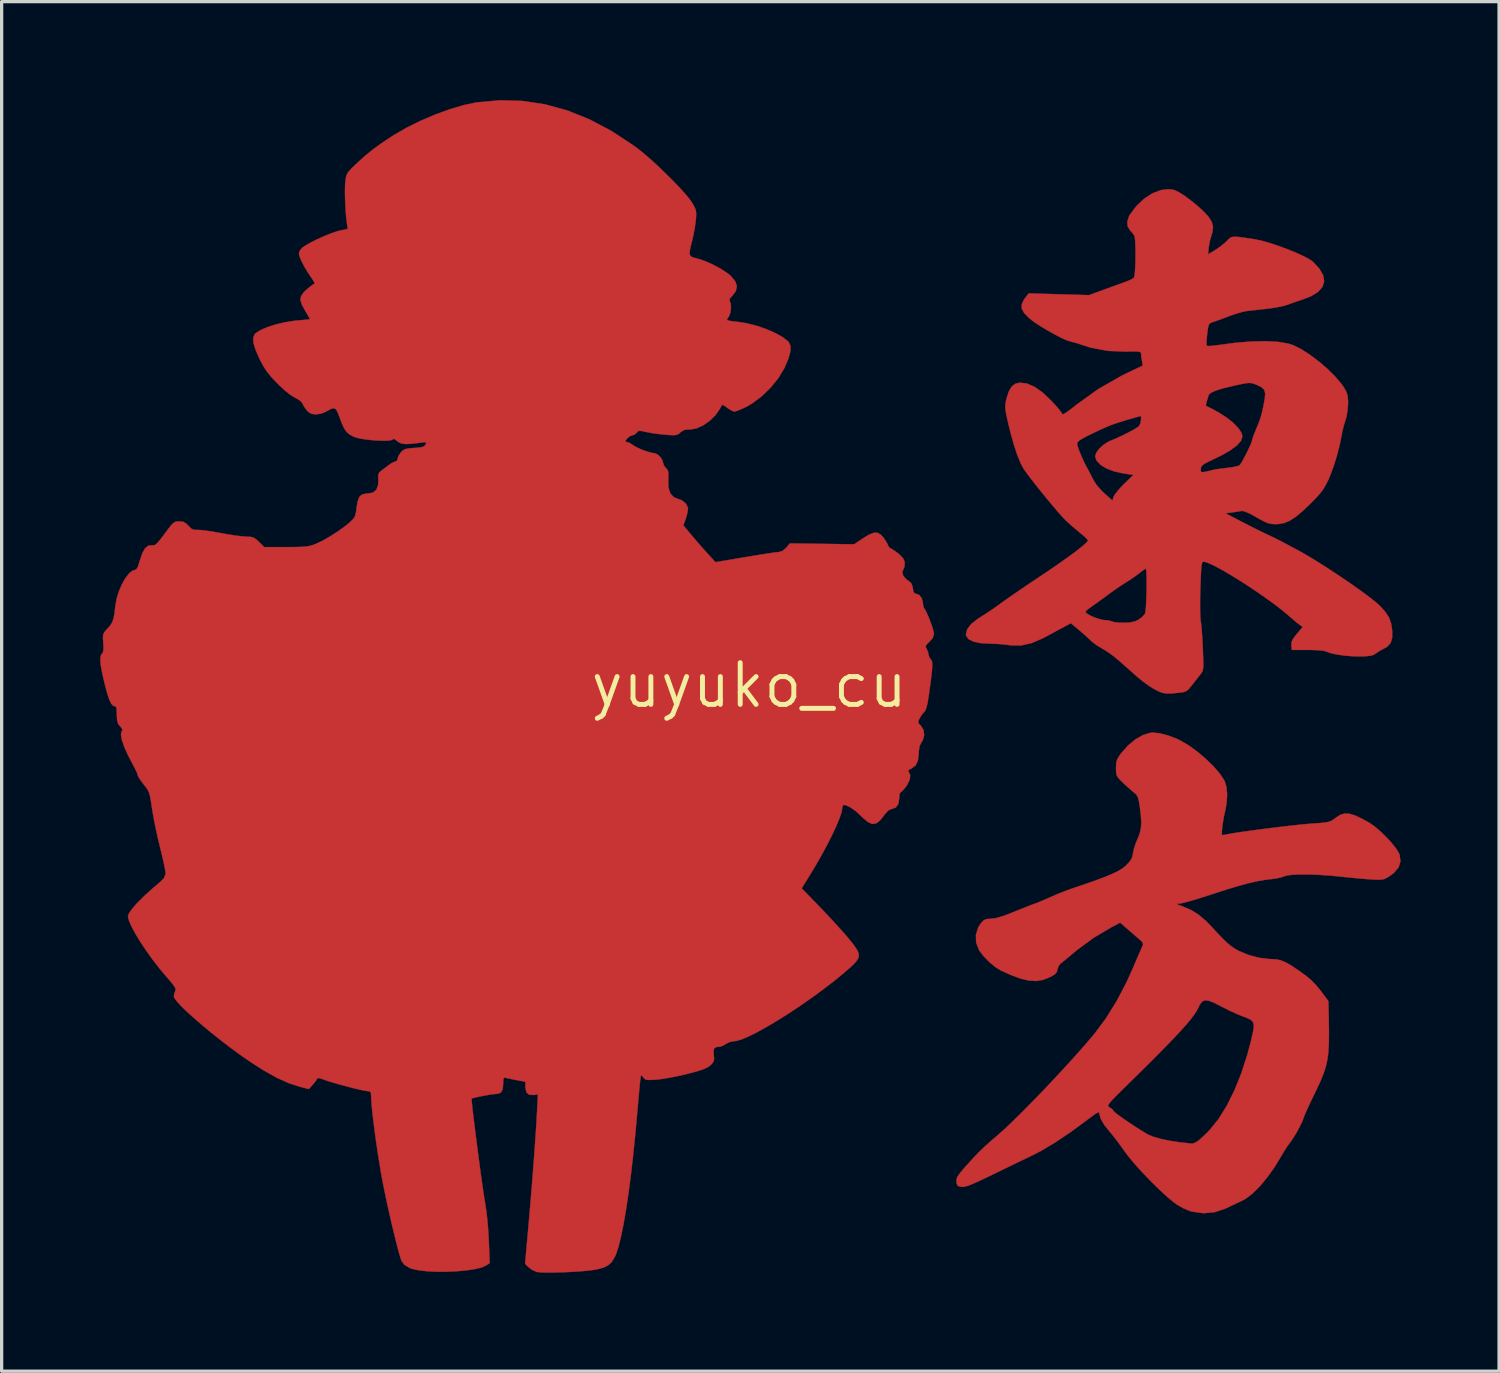
<source format=kicad_pcb>
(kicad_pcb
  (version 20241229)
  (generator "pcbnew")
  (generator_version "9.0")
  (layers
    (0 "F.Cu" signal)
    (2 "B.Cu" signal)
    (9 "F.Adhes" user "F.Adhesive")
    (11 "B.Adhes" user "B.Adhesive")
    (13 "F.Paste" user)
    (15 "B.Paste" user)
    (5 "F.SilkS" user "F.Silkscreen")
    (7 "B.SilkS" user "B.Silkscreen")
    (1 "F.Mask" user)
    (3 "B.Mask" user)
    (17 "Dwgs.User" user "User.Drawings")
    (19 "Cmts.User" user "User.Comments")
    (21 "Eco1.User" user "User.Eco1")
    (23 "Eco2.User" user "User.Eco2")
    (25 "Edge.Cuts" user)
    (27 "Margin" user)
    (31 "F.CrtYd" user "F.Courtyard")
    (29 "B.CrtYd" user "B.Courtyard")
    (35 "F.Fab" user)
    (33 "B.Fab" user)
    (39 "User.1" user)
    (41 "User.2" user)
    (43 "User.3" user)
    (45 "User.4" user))
  (footprint "yuyuko_cu"
    (layer "F.Cu")
    (at 19.771 17.828)
    (property "Reference" "yuyuko_cu" (at 0 0 0) (layer "F.SilkS") (effects (font (size 1.27 1.27) (thickness 0.15))))
    (attr through_hole)
    (fp_poly (pts (xy 12.509 1.462) (xy 12.755 1.525) (xy 13.01 1.62) (xy 13.134 1.678) (xy 13.387 1.827) (xy 13.652 2.018) (xy 13.909 2.236) (xy 14.144 2.465) (xy 14.338 2.689) (xy 14.475 2.894) (xy 14.485 2.914) (xy 14.54 3.09) (xy 14.561 3.318) (xy 14.548 3.574) (xy 14.504 3.812) (xy 14.465 3.989) (xy 14.43 4.193) (xy 14.414 4.312) (xy 14.4 4.457) (xy 14.4 4.535) (xy 14.419 4.563) (xy 14.459 4.559) (xy 14.463 4.558) (xy 14.568 4.535) (xy 14.743 4.505) (xy 14.975 4.469) (xy 15.249 4.431) (xy 15.552 4.39) (xy 15.87 4.349) (xy 16.188 4.31) (xy 16.494 4.275) (xy 16.773 4.245) (xy 17.011 4.222) (xy 17.166 4.21) (xy 17.387 4.195) (xy 17.543 4.179) (xy 17.653 4.158) (xy 17.736 4.126) (xy 17.812 4.079) (xy 17.885 4.023) (xy 18.011 3.942) (xy 18.141 3.904) (xy 18.288 3.911) (xy 18.465 3.966) (xy 18.686 4.071) (xy 18.89 4.184) (xy 19.049 4.294) (xy 19.225 4.443) (xy 19.403 4.615) (xy 19.568 4.794) (xy 19.703 4.964) (xy 19.793 5.108) (xy 19.817 5.166) (xy 19.841 5.365) (xy 19.784 5.546) (xy 19.645 5.71) (xy 19.537 5.792) (xy 19.428 5.862) (xy 19.341 5.902) (xy 19.246 5.919) (xy 19.115 5.92) (xy 18.988 5.914) (xy 18.816 5.902) (xy 18.587 5.883) (xy 18.33 5.858) (xy 18.073 5.832) (xy 18.034 5.827) (xy 17.691 5.794) (xy 17.358 5.772) (xy 17.048 5.761) (xy 16.774 5.76) (xy 16.548 5.77) (xy 16.383 5.791) (xy 16.307 5.815) (xy 16.202 5.85) (xy 16.051 5.882) (xy 15.931 5.899) (xy 15.696 5.928) (xy 15.454 5.971) (xy 15.189 6.032) (xy 14.887 6.115) (xy 14.535 6.222) (xy 14.13 6.353) (xy 13.863 6.44) (xy 13.616 6.516) (xy 13.402 6.579) (xy 13.236 6.623) (xy 13.131 6.646) (xy 13.11 6.648) (xy 13.041 6.651) (xy 13.032 6.663) (xy 13.092 6.691) (xy 13.192 6.727) (xy 13.461 6.843) (xy 13.695 6.988) (xy 13.922 7.182) (xy 14.069 7.334) (xy 14.272 7.553) (xy 14.433 7.719) (xy 14.562 7.844) (xy 14.673 7.937) (xy 14.778 8.01) (xy 14.889 8.075) (xy 14.905 8.084) (xy 15.2 8.209) (xy 15.529 8.298) (xy 15.85 8.338) (xy 15.908 8.339) (xy 16.063 8.348) (xy 16.205 8.379) (xy 16.352 8.441) (xy 16.525 8.541) (xy 16.743 8.688) (xy 16.749 8.692) (xy 16.956 8.842) (xy 17.114 8.973) (xy 17.249 9.109) (xy 17.386 9.273) (xy 17.477 9.392) (xy 17.646 9.62) (xy 17.658 10.176) (xy 17.663 10.565) (xy 17.66 10.886) (xy 17.646 11.156) (xy 17.617 11.39) (xy 17.57 11.605) (xy 17.502 11.817) (xy 17.411 12.043) (xy 17.292 12.299) (xy 17.237 12.413) (xy 17.133 12.627) (xy 17.041 12.823) (xy 16.968 12.983) (xy 16.922 13.091) (xy 16.91 13.123) (xy 16.853 13.276) (xy 16.761 13.466) (xy 16.653 13.663) (xy 16.544 13.835) (xy 16.492 13.906) (xy 16.396 14.038) (xy 16.29 14.203) (xy 16.215 14.33) (xy 16.009 14.671) (xy 15.787 14.984) (xy 15.559 15.258) (xy 15.334 15.48) (xy 15.124 15.64) (xy 15.033 15.691) (xy 14.863 15.771) (xy 14.665 15.865) (xy 14.522 15.934) (xy 14.189 16.047) (xy 13.842 16.08) (xy 13.496 16.032) (xy 13.408 16.006) (xy 13.235 15.933) (xy 13.05 15.829) (xy 12.942 15.754) (xy 12.729 15.576) (xy 12.488 15.353) (xy 12.234 15.103) (xy 11.984 14.843) (xy 11.753 14.588) (xy 11.558 14.355) (xy 11.43 14.184) (xy 11.299 13.999) (xy 11.164 13.819) (xy 11.045 13.667) (xy 10.98 13.591) (xy 10.819 13.39) (xy 10.712 13.208) (xy 10.669 13.059) (xy 10.668 13.041) (xy 10.658 13.01) (xy 10.622 13.012) (xy 10.549 13.054) (xy 10.428 13.14) (xy 10.319 13.222) (xy 9.797 13.606) (xy 9.317 13.928) (xy 8.882 14.187) (xy 8.594 14.334) (xy 8.481 14.388) (xy 8.308 14.471) (xy 8.094 14.574) (xy 7.855 14.69) (xy 7.624 14.802) (xy 7.317 14.952) (xy 7.075 15.067) (xy 6.888 15.153) (xy 6.748 15.213) (xy 6.644 15.251) (xy 6.565 15.271) (xy 6.503 15.278) (xy 6.449 15.275) (xy 6.363 15.251) (xy 6.325 15.187) (xy 6.316 15.123) (xy 6.317 15.051) (xy 6.342 14.978) (xy 6.4 14.887) (xy 6.502 14.762) (xy 6.591 14.66) (xy 6.806 14.422) (xy 6.994 14.225) (xy 7.179 14.047) (xy 7.385 13.863) (xy 7.556 13.717) (xy 7.756 13.54) (xy 8.001 13.309) (xy 8.281 13.034) (xy 8.513 12.8) (xy 10.935 12.8) (xy 10.939 12.827) (xy 10.962 12.846) (xy 10.979 12.855) (xy 11.064 12.916) (xy 11.103 12.967) (xy 11.146 13.011) (xy 11.247 13.09) (xy 11.39 13.194) (xy 11.563 13.312) (xy 11.751 13.437) (xy 11.939 13.556) (xy 12.113 13.662) (xy 12.151 13.684) (xy 12.302 13.748) (xy 12.518 13.811) (xy 12.78 13.867) (xy 13.069 13.913) (xy 13.314 13.941) (xy 13.423 13.952) (xy 13.489 13.961) (xy 13.496 13.963) (xy 13.538 13.951) (xy 13.622 13.911) (xy 13.627 13.909) (xy 13.707 13.852) (xy 13.824 13.748) (xy 13.96 13.616) (xy 14.041 13.531) (xy 14.302 13.206) (xy 14.551 12.805) (xy 14.783 12.34) (xy 14.992 11.821) (xy 15.175 11.256) (xy 15.282 10.853) (xy 15.338 10.614) (xy 15.37 10.441) (xy 15.372 10.321) (xy 15.338 10.238) (xy 15.264 10.177) (xy 15.145 10.123) (xy 15.016 10.075) (xy 14.861 10.012) (xy 14.664 9.922) (xy 14.458 9.82) (xy 14.358 9.768) (xy 14.146 9.661) (xy 13.99 9.603) (xy 13.877 9.595) (xy 13.795 9.636) (xy 13.729 9.727) (xy 13.7 9.788) (xy 13.645 9.896) (xy 13.565 10.02) (xy 13.455 10.167) (xy 13.311 10.34) (xy 13.129 10.543) (xy 12.905 10.783) (xy 12.634 11.062) (xy 12.313 11.387) (xy 11.936 11.761) (xy 11.629 12.063) (xy 11.397 12.291) (xy 11.22 12.467) (xy 11.091 12.599) (xy 11.004 12.693) (xy 10.954 12.758) (xy 10.935 12.8) (xy 8.513 12.8) (xy 8.587 12.725) (xy 8.909 12.393) (xy 9.237 12.047) (xy 9.562 11.698) (xy 9.874 11.356) (xy 10.163 11.031) (xy 10.419 10.734) (xy 10.527 10.604) (xy 10.865 10.15) (xy 11.19 9.628) (xy 11.491 9.056) (xy 11.683 8.633) (xy 11.771 8.426) (xy 11.852 8.237) (xy 11.919 8.085) (xy 11.962 7.989) (xy 11.966 7.98) (xy 12 7.894) (xy 11.99 7.835) (xy 11.926 7.769) (xy 11.901 7.747) (xy 11.805 7.665) (xy 11.674 7.551) (xy 11.539 7.434) (xy 11.302 7.228) (xy 11.038 7.368) (xy 10.487 7.694) (xy 9.984 8.065) (xy 9.889 8.144) (xy 9.741 8.269) (xy 9.61 8.377) (xy 9.515 8.454) (xy 9.48 8.481) (xy 9.421 8.559) (xy 9.391 8.658) (xy 9.37 8.736) (xy 9.314 8.8) (xy 9.206 8.866) (xy 9.144 8.897) (xy 8.947 8.973) (xy 8.745 9.006) (xy 8.524 8.993) (xy 8.272 8.933) (xy 7.977 8.825) (xy 7.666 8.684) (xy 7.497 8.579) (xy 7.313 8.425) (xy 7.143 8.25) (xy 7.012 8.078) (xy 7 8.058) (xy 6.915 7.834) (xy 6.908 7.601) (xy 6.977 7.377) (xy 7.046 7.267) (xy 7.131 7.169) (xy 7.212 7.124) (xy 7.33 7.111) (xy 7.36 7.111) (xy 7.516 7.091) (xy 7.726 7.031) (xy 7.999 6.928) (xy 8.022 6.918) (xy 8.227 6.835) (xy 8.423 6.757) (xy 8.586 6.694) (xy 8.678 6.66) (xy 8.811 6.61) (xy 8.985 6.537) (xy 9.166 6.457) (xy 9.186 6.448) (xy 9.382 6.362) (xy 9.615 6.27) (xy 9.841 6.188) (xy 9.885 6.173) (xy 10.283 6.038) (xy 10.609 5.923) (xy 10.872 5.823) (xy 11.079 5.735) (xy 11.241 5.656) (xy 11.365 5.581) (xy 11.461 5.506) (xy 11.482 5.486) (xy 11.597 5.365) (xy 11.66 5.26) (xy 11.69 5.14) (xy 11.693 5.118) (xy 11.723 4.975) (xy 11.78 4.803) (xy 11.828 4.691) (xy 11.895 4.525) (xy 11.934 4.36) (xy 11.946 4.175) (xy 11.932 3.947) (xy 11.905 3.725) (xy 11.876 3.542) (xy 11.847 3.423) (xy 11.809 3.346) (xy 11.755 3.29) (xy 11.743 3.281) (xy 11.656 3.209) (xy 11.534 3.101) (xy 11.404 2.981) (xy 11.404 2.98) (xy 11.287 2.867) (xy 11.219 2.784) (xy 11.187 2.706) (xy 11.177 2.606) (xy 11.176 2.519) (xy 11.182 2.369) (xy 11.211 2.258) (xy 11.276 2.146) (xy 11.333 2.069) (xy 11.539 1.836) (xy 11.765 1.648) (xy 11.994 1.515) (xy 12.213 1.447) (xy 12.3 1.439) (xy 12.509 1.462)) (stroke (width 0.01) (type solid)) (fill yes) (layer "F.Cu"))
    (fp_poly (pts (xy 12.868 -15.107) (xy 12.971 -15.082) (xy 13.084 -15.027) (xy 13.233 -14.934) (xy 13.265 -14.912) (xy 13.449 -14.777) (xy 13.648 -14.615) (xy 13.821 -14.46) (xy 13.826 -14.455) (xy 13.994 -14.275) (xy 14.093 -14.119) (xy 14.131 -13.969) (xy 14.113 -13.806) (xy 14.083 -13.708) (xy 14.036 -13.543) (xy 14.004 -13.365) (xy 14 -13.328) (xy 13.981 -13.131) (xy 14.198 -13.262) (xy 14.347 -13.363) (xy 14.489 -13.478) (xy 14.552 -13.538) (xy 14.608 -13.596) (xy 14.658 -13.636) (xy 14.717 -13.659) (xy 14.799 -13.666) (xy 14.918 -13.659) (xy 15.088 -13.637) (xy 15.324 -13.601) (xy 15.404 -13.589) (xy 15.604 -13.547) (xy 15.844 -13.48) (xy 16.107 -13.393) (xy 16.377 -13.294) (xy 16.635 -13.19) (xy 16.865 -13.086) (xy 17.049 -12.991) (xy 17.171 -12.909) (xy 17.179 -12.902) (xy 17.375 -12.689) (xy 17.488 -12.49) (xy 17.517 -12.305) (xy 17.464 -12.136) (xy 17.329 -11.985) (xy 17.112 -11.852) (xy 16.849 -11.751) (xy 16.669 -11.692) (xy 16.481 -11.625) (xy 16.404 -11.597) (xy 16.267 -11.556) (xy 16.076 -11.516) (xy 15.866 -11.483) (xy 15.769 -11.471) (xy 15.564 -11.449) (xy 15.367 -11.427) (xy 15.21 -11.41) (xy 15.155 -11.403) (xy 15.027 -11.377) (xy 14.852 -11.328) (xy 14.663 -11.263) (xy 14.605 -11.242) (xy 14.428 -11.174) (xy 14.266 -11.115) (xy 14.147 -11.073) (xy 14.118 -11.064) (xy 14.054 -11.04) (xy 14.013 -11.003) (xy 13.987 -10.933) (xy 13.966 -10.811) (xy 13.953 -10.699) (xy 13.938 -10.54) (xy 13.933 -10.416) (xy 13.939 -10.349) (xy 13.941 -10.344) (xy 13.993 -10.337) (xy 14.106 -10.343) (xy 14.256 -10.361) (xy 14.276 -10.364) (xy 14.819 -10.436) (xy 15.312 -10.476) (xy 15.749 -10.485) (xy 16.122 -10.463) (xy 16.427 -10.41) (xy 16.573 -10.363) (xy 16.812 -10.245) (xy 17.08 -10.073) (xy 17.358 -9.864) (xy 17.626 -9.632) (xy 17.864 -9.395) (xy 18.054 -9.169) (xy 18.114 -9.081) (xy 18.189 -8.949) (xy 18.229 -8.831) (xy 18.244 -8.689) (xy 18.246 -8.592) (xy 18.229 -8.364) (xy 18.186 -8.143) (xy 18.166 -8.079) (xy 18.114 -7.91) (xy 18.071 -7.737) (xy 18.057 -7.66) (xy 17.994 -7.343) (xy 17.907 -7.003) (xy 17.804 -6.67) (xy 17.695 -6.378) (xy 17.653 -6.281) (xy 17.571 -6.115) (xy 17.489 -5.976) (xy 17.39 -5.845) (xy 17.259 -5.699) (xy 17.086 -5.524) (xy 16.845 -5.295) (xy 16.64 -5.127) (xy 16.461 -5.012) (xy 16.293 -4.944) (xy 16.124 -4.914) (xy 16.045 -4.911) (xy 15.924 -4.916) (xy 15.816 -4.938) (xy 15.699 -4.986) (xy 15.547 -5.067) (xy 15.454 -5.121) (xy 15.271 -5.222) (xy 15.123 -5.288) (xy 15.026 -5.315) (xy 15.009 -5.314) (xy 14.916 -5.298) (xy 14.78 -5.278) (xy 14.716 -5.269) (xy 14.509 -5.242) (xy 14.991 -4.991) (xy 15.212 -4.878) (xy 15.441 -4.762) (xy 15.65 -4.659) (xy 15.79 -4.592) (xy 15.949 -4.517) (xy 16.086 -4.45) (xy 16.177 -4.404) (xy 16.189 -4.397) (xy 16.26 -4.359) (xy 16.385 -4.292) (xy 16.547 -4.206) (xy 16.676 -4.139) (xy 16.9 -4.015) (xy 17.163 -3.859) (xy 17.454 -3.677) (xy 17.76 -3.48) (xy 18.068 -3.275) (xy 18.366 -3.071) (xy 18.641 -2.876) (xy 18.88 -2.699) (xy 19.072 -2.548) (xy 19.204 -2.432) (xy 19.378 -2.242) (xy 19.492 -2.068) (xy 19.558 -1.883) (xy 19.59 -1.665) (xy 19.589 -1.448) (xy 19.541 -1.29) (xy 19.438 -1.177) (xy 19.332 -1.118) (xy 19.202 -1.048) (xy 19.092 -0.973) (xy 19.019 -0.928) (xy 18.923 -0.901) (xy 18.782 -0.887) (xy 18.626 -0.882) (xy 18.389 -0.886) (xy 18.147 -0.906) (xy 17.921 -0.937) (xy 17.732 -0.976) (xy 17.604 -1.021) (xy 17.59 -1.029) (xy 17.502 -1.053) (xy 17.342 -1.07) (xy 17.12 -1.079) (xy 17.018 -1.079) (xy 16.531 -1.079) (xy 16.518 -1.217) (xy 16.522 -1.311) (xy 16.563 -1.406) (xy 16.65 -1.527) (xy 16.684 -1.567) (xy 16.864 -1.78) (xy 16.761 -1.852) (xy 16.669 -1.923) (xy 16.551 -2.023) (xy 16.489 -2.078) (xy 16.295 -2.243) (xy 16.062 -2.426) (xy 15.799 -2.619) (xy 15.517 -2.817) (xy 15.226 -3.012) (xy 14.937 -3.198) (xy 14.659 -3.369) (xy 14.404 -3.518) (xy 14.181 -3.637) (xy 14.001 -3.722) (xy 13.874 -3.764) (xy 13.841 -3.768) (xy 13.817 -3.759) (xy 13.798 -3.727) (xy 13.783 -3.659) (xy 13.771 -3.546) (xy 13.761 -3.377) (xy 13.752 -3.141) (xy 13.746 -2.953) (xy 13.739 -2.686) (xy 13.737 -2.438) (xy 13.74 -2.224) (xy 13.746 -2.062) (xy 13.756 -1.968) (xy 13.77 -1.867) (xy 13.786 -1.701) (xy 13.801 -1.489) (xy 13.815 -1.25) (xy 13.82 -1.131) (xy 13.83 -0.879) (xy 13.836 -0.698) (xy 13.834 -0.571) (xy 13.825 -0.485) (xy 13.807 -0.425) (xy 13.779 -0.377) (xy 13.751 -0.339) (xy 13.669 -0.236) (xy 13.564 -0.101) (xy 13.491 -0.008) (xy 13.397 0.108) (xy 13.32 0.173) (xy 13.227 0.206) (xy 13.085 0.226) (xy 13.073 0.227) (xy 12.866 0.246) (xy 12.717 0.248) (xy 12.598 0.229) (xy 12.481 0.186) (xy 12.344 0.116) (xy 12.189 0.02) (xy 12.009 -0.109) (xy 11.839 -0.246) (xy 11.815 -0.267) (xy 11.64 -0.423) (xy 11.443 -0.597) (xy 11.266 -0.754) (xy 11.259 -0.76) (xy 11.1 -0.891) (xy 10.932 -1.013) (xy 10.786 -1.105) (xy 10.764 -1.116) (xy 10.611 -1.206) (xy 10.466 -1.313) (xy 10.406 -1.367) (xy 10.298 -1.469) (xy 10.157 -1.594) (xy 10.033 -1.7) (xy 9.8 -1.894) (xy 9.504 -1.734) (xy 9.32 -1.635) (xy 9.128 -1.531) (xy 8.971 -1.446) (xy 8.615 -1.29) (xy 8.278 -1.214) (xy 7.959 -1.221) (xy 7.937 -1.225) (xy 7.76 -1.247) (xy 7.544 -1.264) (xy 7.337 -1.27) (xy 7.334 -1.27) (xy 7.055 -1.286) (xy 6.837 -1.332) (xy 6.688 -1.407) (xy 6.613 -1.507) (xy 6.604 -1.562) (xy 6.645 -1.712) (xy 6.766 -1.869) (xy 6.963 -2.026) (xy 7.064 -2.089) (xy 7.206 -2.178) (xy 7.297 -2.239) (xy 10.245 -2.239) (xy 10.282 -2.193) (xy 10.376 -2.135) (xy 10.505 -2.076) (xy 10.645 -2.026) (xy 10.77 -1.994) (xy 10.825 -1.989) (xy 10.948 -1.978) (xy 11.04 -1.952) (xy 11.049 -1.947) (xy 11.122 -1.926) (xy 11.251 -1.911) (xy 11.403 -1.906) (xy 11.602 -1.915) (xy 11.751 -1.948) (xy 11.854 -1.995) (xy 11.966 -2.076) (xy 12.048 -2.165) (xy 12.061 -2.188) (xy 12.075 -2.257) (xy 12.087 -2.386) (xy 12.097 -2.559) (xy 12.104 -2.758) (xy 12.108 -2.966) (xy 12.109 -3.166) (xy 12.106 -3.341) (xy 12.1 -3.474) (xy 12.089 -3.547) (xy 12.083 -3.556) (xy 12.039 -3.532) (xy 11.951 -3.469) (xy 11.882 -3.415) (xy 11.743 -3.312) (xy 11.576 -3.199) (xy 11.473 -3.134) (xy 11.328 -3.041) (xy 11.149 -2.919) (xy 10.968 -2.79) (xy 10.922 -2.755) (xy 10.757 -2.633) (xy 10.592 -2.514) (xy 10.458 -2.419) (xy 10.425 -2.396) (xy 10.322 -2.32) (xy 10.257 -2.26) (xy 10.245 -2.239) (xy 7.297 -2.239) (xy 7.385 -2.298) (xy 7.574 -2.431) (xy 7.663 -2.496) (xy 7.804 -2.597) (xy 8 -2.735) (xy 8.236 -2.897) (xy 8.495 -3.073) (xy 8.763 -3.252) (xy 8.89 -3.337) (xy 9.212 -3.553) (xy 9.506 -3.757) (xy 9.767 -3.943) (xy 9.986 -4.107) (xy 10.157 -4.243) (xy 10.271 -4.345) (xy 10.323 -4.408) (xy 10.325 -4.414) (xy 10.297 -4.454) (xy 10.218 -4.531) (xy 10.104 -4.628) (xy 10.087 -4.642) (xy 9.925 -4.776) (xy 9.755 -4.925) (xy 9.638 -5.033) (xy 9.542 -5.132) (xy 9.407 -5.285) (xy 9.245 -5.476) (xy 9.066 -5.691) (xy 8.883 -5.916) (xy 8.708 -6.136) (xy 8.552 -6.337) (xy 8.428 -6.504) (xy 8.369 -6.587) (xy 8.271 -6.768) (xy 8.167 -7.023) (xy 8.062 -7.343) (xy 8.057 -7.36) (xy 9.991 -7.36) (xy 10.009 -7.277) (xy 10.056 -7.142) (xy 10.124 -6.977) (xy 10.202 -6.806) (xy 10.28 -6.651) (xy 10.307 -6.604) (xy 10.361 -6.504) (xy 10.43 -6.367) (xy 10.47 -6.285) (xy 10.579 -6.11) (xy 10.739 -5.926) (xy 10.82 -5.85) (xy 11.069 -5.628) (xy 11.098 -5.738) (xy 11.141 -5.815) (xy 11.23 -5.93) (xy 11.351 -6.063) (xy 11.416 -6.129) (xy 11.704 -6.41) (xy 11.385 -6.459) (xy 11.116 -6.52) (xy 11.073 -6.536) (xy 13.759 -6.536) (xy 13.77 -6.504) (xy 13.808 -6.494) (xy 13.889 -6.505) (xy 14.028 -6.536) (xy 14.139 -6.563) (xy 14.259 -6.586) (xy 14.426 -6.609) (xy 14.584 -6.627) (xy 14.741 -6.649) (xy 14.869 -6.676) (xy 14.939 -6.704) (xy 14.94 -6.704) (xy 14.984 -6.763) (xy 15.05 -6.876) (xy 15.127 -7.022) (xy 15.204 -7.177) (xy 15.27 -7.321) (xy 15.314 -7.43) (xy 15.325 -7.476) (xy 15.341 -7.537) (xy 15.383 -7.652) (xy 15.442 -7.8) (xy 15.458 -7.838) (xy 15.528 -8.007) (xy 15.58 -8.155) (xy 15.623 -8.31) (xy 15.664 -8.498) (xy 15.705 -8.718) (xy 15.722 -8.883) (xy 15.696 -8.997) (xy 15.613 -9.081) (xy 15.462 -9.155) (xy 15.43 -9.168) (xy 15.349 -9.196) (xy 15.276 -9.211) (xy 15.192 -9.211) (xy 15.077 -9.194) (xy 14.912 -9.161) (xy 14.753 -9.125) (xy 14.453 -9.053) (xy 14.233 -8.986) (xy 14.087 -8.924) (xy 14.01 -8.863) (xy 13.995 -8.835) (xy 13.974 -8.762) (xy 13.94 -8.653) (xy 13.938 -8.647) (xy 13.916 -8.555) (xy 13.92 -8.51) (xy 13.923 -8.509) (xy 13.971 -8.489) (xy 14.075 -8.437) (xy 14.215 -8.361) (xy 14.299 -8.314) (xy 14.539 -8.162) (xy 14.742 -8.002) (xy 14.898 -7.843) (xy 14.997 -7.698) (xy 15.028 -7.585) (xy 14.987 -7.455) (xy 14.864 -7.313) (xy 14.662 -7.162) (xy 14.383 -7.003) (xy 14.214 -6.921) (xy 14.02 -6.829) (xy 13.891 -6.762) (xy 13.813 -6.71) (xy 13.774 -6.665) (xy 13.76 -6.616) (xy 13.759 -6.593) (xy 13.759 -6.536) (xy 11.073 -6.536) (xy 10.886 -6.608) (xy 10.706 -6.717) (xy 10.587 -6.841) (xy 10.541 -6.971) (xy 10.541 -6.98) (xy 10.576 -7.089) (xy 10.669 -7.213) (xy 10.8 -7.332) (xy 10.95 -7.427) (xy 11.007 -7.451) (xy 11.171 -7.519) (xy 11.354 -7.603) (xy 11.535 -7.693) (xy 11.697 -7.78) (xy 11.819 -7.853) (xy 11.884 -7.903) (xy 11.885 -7.905) (xy 11.925 -8) (xy 11.938 -8.091) (xy 11.938 -8.208) (xy 11.716 -8.146) (xy 11.446 -8.069) (xy 11.233 -8.003) (xy 11.052 -7.94) (xy 10.878 -7.869) (xy 10.685 -7.782) (xy 10.509 -7.699) (xy 10.294 -7.594) (xy 10.146 -7.515) (xy 10.053 -7.455) (xy 10.005 -7.407) (xy 9.991 -7.363) (xy 9.991 -7.36) (xy 8.057 -7.36) (xy 7.958 -7.717) (xy 7.895 -7.975) (xy 7.846 -8.192) (xy 7.816 -8.348) (xy 7.803 -8.464) (xy 7.806 -8.56) (xy 7.822 -8.657) (xy 7.834 -8.711) (xy 7.905 -8.941) (xy 7.994 -9.097) (xy 8.106 -9.187) (xy 8.243 -9.22) (xy 8.462 -9.195) (xy 8.701 -9.091) (xy 8.955 -8.91) (xy 9.22 -8.655) (xy 9.223 -8.651) (xy 9.348 -8.513) (xy 9.447 -8.397) (xy 9.51 -8.317) (xy 9.525 -8.289) (xy 9.539 -8.259) (xy 9.586 -8.268) (xy 9.674 -8.32) (xy 9.81 -8.421) (xy 9.979 -8.554) (xy 10.628 -9.021) (xy 11.333 -9.425) (xy 11.542 -9.528) (xy 11.991 -9.741) (xy 11.965 -9.897) (xy 11.947 -10.018) (xy 11.939 -10.109) (xy 11.939 -10.118) (xy 11.926 -10.146) (xy 11.88 -10.163) (xy 11.787 -10.171) (xy 11.633 -10.171) (xy 11.483 -10.167) (xy 10.926 -10.189) (xy 10.395 -10.291) (xy 10.139 -10.373) (xy 9.99 -10.422) (xy 9.852 -10.46) (xy 9.8 -10.472) (xy 9.682 -10.509) (xy 9.512 -10.585) (xy 9.311 -10.689) (xy 9.095 -10.809) (xy 8.885 -10.936) (xy 8.698 -11.058) (xy 8.554 -11.167) (xy 8.528 -11.189) (xy 8.379 -11.341) (xy 8.305 -11.475) (xy 8.303 -11.605) (xy 8.369 -11.746) (xy 8.407 -11.798) (xy 8.516 -11.941) (xy 9.433 -11.914) (xy 10.351 -11.887) (xy 10.837 -12.064) (xy 11.046 -12.14) (xy 11.243 -12.211) (xy 11.405 -12.27) (xy 11.501 -12.304) (xy 11.62 -12.355) (xy 11.706 -12.405) (xy 11.722 -12.42) (xy 11.74 -12.483) (xy 11.754 -12.611) (xy 11.764 -12.785) (xy 11.769 -12.985) (xy 11.77 -13.193) (xy 11.767 -13.389) (xy 11.758 -13.553) (xy 11.745 -13.666) (xy 11.734 -13.701) (xy 11.67 -13.791) (xy 11.603 -13.861) (xy 11.531 -13.979) (xy 11.521 -14.132) (xy 11.575 -14.297) (xy 11.594 -14.33) (xy 11.794 -14.599) (xy 12.028 -14.821) (xy 12.282 -14.986) (xy 12.542 -15.086) (xy 12.748 -15.113) (xy 12.868 -15.107)) (stroke (width 0.01) (type solid)) (fill yes) (layer "F.Cu"))
    (fp_poly (pts (xy -6.902 -17.803) (xy -6.215 -17.699) (xy -5.533 -17.511) (xy -4.856 -17.238) (xy -4.184 -16.882) (xy -3.515 -16.441) (xy -3.395 -16.352) (xy -3.211 -16.205) (xy -2.998 -16.021) (xy -2.769 -15.811) (xy -2.536 -15.587) (xy -2.311 -15.363) (xy -2.106 -15.148) (xy -1.933 -14.957) (xy -1.805 -14.799) (xy -1.749 -14.72) (xy -1.671 -14.585) (xy -1.628 -14.485) (xy -1.613 -14.385) (xy -1.618 -14.25) (xy -1.625 -14.167) (xy -1.652 -13.963) (xy -1.694 -13.731) (xy -1.736 -13.547) (xy -1.788 -13.342) (xy -1.813 -13.204) (xy -1.809 -13.117) (xy -1.771 -13.065) (xy -1.695 -13.031) (xy -1.598 -13.007) (xy -1.369 -12.934) (xy -1.116 -12.824) (xy -0.869 -12.693) (xy -0.657 -12.554) (xy -0.564 -12.477) (xy -0.427 -12.315) (xy -0.373 -12.16) (xy -0.404 -12.01) (xy -0.508 -11.874) (xy -0.591 -11.777) (xy -0.597 -11.715) (xy -0.593 -11.71) (xy -0.561 -11.631) (xy -0.553 -11.506) (xy -0.567 -11.372) (xy -0.602 -11.263) (xy -0.615 -11.242) (xy -0.663 -11.168) (xy -0.677 -11.131) (xy -0.639 -11.114) (xy -0.536 -11.095) (xy -0.389 -11.077) (xy -0.354 -11.074) (xy -0.077 -11.031) (xy 0.218 -10.957) (xy 0.509 -10.858) (xy 0.779 -10.742) (xy 1.007 -10.616) (xy 1.175 -10.489) (xy 1.203 -10.461) (xy 1.259 -10.343) (xy 1.257 -10.174) (xy 1.196 -9.951) (xy 1.077 -9.673) (xy 0.895 -9.367) (xy 0.654 -9.068) (xy 0.374 -8.798) (xy 0.078 -8.579) (xy -0.073 -8.493) (xy -0.225 -8.421) (xy -0.354 -8.367) (xy -0.436 -8.341) (xy -0.446 -8.34) (xy -0.52 -8.364) (xy -0.624 -8.425) (xy -0.66 -8.451) (xy -0.752 -8.516) (xy -0.811 -8.547) (xy -0.821 -8.547) (xy -0.849 -8.501) (xy -0.887 -8.431) (xy -1.019 -8.238) (xy -1.195 -8.065) (xy -1.396 -7.924) (xy -1.602 -7.829) (xy -1.793 -7.794) (xy -1.823 -7.795) (xy -1.964 -7.786) (xy -2.075 -7.724) (xy -2.093 -7.707) (xy -2.151 -7.658) (xy -2.212 -7.631) (xy -2.297 -7.621) (xy -2.43 -7.626) (xy -2.549 -7.635) (xy -2.753 -7.656) (xy -2.959 -7.685) (xy -3.127 -7.717) (xy -3.137 -7.719) (xy -3.273 -7.749) (xy -3.352 -7.754) (xy -3.396 -7.734) (xy -3.423 -7.698) (xy -3.496 -7.634) (xy -3.55 -7.62) (xy -3.629 -7.592) (xy -3.712 -7.528) (xy -3.764 -7.457) (xy -3.768 -7.437) (xy -3.734 -7.411) (xy -3.71 -7.408) (xy -3.64 -7.384) (xy -3.545 -7.323) (xy -3.531 -7.313) (xy -3.422 -7.248) (xy -3.266 -7.179) (xy -3.097 -7.119) (xy -2.947 -7.079) (xy -2.875 -7.07) (xy -2.789 -7.035) (xy -2.701 -6.951) (xy -2.639 -6.849) (xy -2.625 -6.788) (xy -2.595 -6.696) (xy -2.536 -6.621) (xy -2.487 -6.566) (xy -2.463 -6.494) (xy -2.459 -6.382) (xy -2.464 -6.265) (xy -2.457 -6.022) (xy -2.399 -5.842) (xy -2.292 -5.729) (xy -2.201 -5.694) (xy -2.043 -5.632) (xy -1.924 -5.533) (xy -1.866 -5.416) (xy -1.862 -5.384) (xy -1.877 -5.276) (xy -1.913 -5.134) (xy -1.933 -5.072) (xy -2.004 -4.874) (xy -1.764 -4.586) (xy -1.612 -4.407) (xy -1.44 -4.209) (xy -1.283 -4.034) (xy -1.274 -4.025) (xy -1.026 -3.753) (xy -0.1 -3.909) (xy 0.175 -3.955) (xy 0.427 -3.995) (xy 0.641 -4.028) (xy 0.805 -4.051) (xy 0.904 -4.063) (xy 0.923 -4.064) (xy 1.021 -4.098) (xy 1.125 -4.188) (xy 1.131 -4.194) (xy 1.241 -4.325) (xy 2.218 -4.311) (xy 3.196 -4.297) (xy 3.466 -4.477) (xy 3.657 -4.593) (xy 3.803 -4.649) (xy 3.919 -4.645) (xy 4.02 -4.582) (xy 4.106 -4.481) (xy 4.179 -4.371) (xy 4.225 -4.284) (xy 4.233 -4.255) (xy 4.268 -4.201) (xy 4.334 -4.159) (xy 4.427 -4.103) (xy 4.544 -4.016) (xy 4.588 -3.978) (xy 4.693 -3.868) (xy 4.737 -3.765) (xy 4.741 -3.708) (xy 4.727 -3.599) (xy 4.694 -3.525) (xy 4.663 -3.442) (xy 4.695 -3.338) (xy 4.782 -3.236) (xy 4.837 -3.196) (xy 4.937 -3.113) (xy 4.981 -3.007) (xy 4.987 -2.952) (xy 5.008 -2.842) (xy 5.051 -2.797) (xy 5.076 -2.794) (xy 5.178 -2.756) (xy 5.256 -2.659) (xy 5.291 -2.529) (xy 5.292 -2.513) (xy 5.304 -2.41) (xy 5.332 -2.347) (xy 5.378 -2.275) (xy 5.438 -2.147) (xy 5.503 -1.988) (xy 5.563 -1.823) (xy 5.609 -1.677) (xy 5.63 -1.576) (xy 5.63 -1.565) (xy 5.593 -1.441) (xy 5.488 -1.323) (xy 5.403 -1.242) (xy 5.375 -1.187) (xy 5.394 -1.134) (xy 5.404 -1.12) (xy 5.451 -1.015) (xy 5.461 -0.95) (xy 5.491 -0.848) (xy 5.529 -0.8) (xy 5.556 -0.767) (xy 5.573 -0.714) (xy 5.579 -0.631) (xy 5.574 -0.507) (xy 5.557 -0.332) (xy 5.528 -0.097) (xy 5.486 0.211) (xy 5.477 0.275) (xy 5.44 0.511) (xy 5.403 0.672) (xy 5.364 0.771) (xy 5.336 0.807) (xy 5.262 0.892) (xy 5.193 1.002) (xy 5.152 1.094) (xy 5.16 1.154) (xy 5.224 1.223) (xy 5.23 1.229) (xy 5.313 1.36) (xy 5.332 1.52) (xy 5.287 1.678) (xy 5.249 1.736) (xy 5.191 1.852) (xy 5.167 2.018) (xy 5.166 2.075) (xy 5.142 2.29) (xy 5.069 2.44) (xy 4.944 2.534) (xy 4.921 2.544) (xy 4.849 2.583) (xy 4.852 2.624) (xy 4.861 2.635) (xy 4.908 2.737) (xy 4.89 2.877) (xy 4.81 3.038) (xy 4.78 3.082) (xy 4.699 3.183) (xy 4.634 3.247) (xy 4.611 3.26) (xy 4.587 3.297) (xy 4.574 3.393) (xy 4.572 3.444) (xy 4.545 3.612) (xy 4.467 3.723) (xy 4.346 3.767) (xy 4.331 3.768) (xy 4.248 3.805) (xy 4.15 3.906) (xy 4.125 3.94) (xy 3.99 4.113) (xy 3.869 4.207) (xy 3.749 4.223) (xy 3.617 4.163) (xy 3.459 4.028) (xy 3.428 3.996) (xy 3.249 3.832) (xy 3.08 3.713) (xy 2.937 3.649) (xy 2.88 3.641) (xy 2.847 3.677) (xy 2.836 3.745) (xy 2.814 3.868) (xy 2.752 4.051) (xy 2.656 4.284) (xy 2.529 4.555) (xy 2.378 4.854) (xy 2.208 5.169) (xy 2.025 5.49) (xy 1.9 5.696) (xy 1.601 6.182) (xy 2.201 6.803) (xy 2.406 7.018) (xy 2.611 7.24) (xy 2.802 7.45) (xy 2.962 7.632) (xy 3.073 7.764) (xy 3.214 7.945) (xy 3.305 8.086) (xy 3.344 8.202) (xy 3.328 8.309) (xy 3.254 8.422) (xy 3.12 8.557) (xy 2.923 8.729) (xy 2.91 8.74) (xy 2.605 8.992) (xy 2.274 9.248) (xy 1.927 9.502) (xy 1.572 9.75) (xy 1.218 9.985) (xy 0.874 10.203) (xy 0.548 10.397) (xy 0.249 10.563) (xy -0.013 10.694) (xy -0.231 10.786) (xy -0.396 10.833) (xy -0.448 10.837) (xy -0.598 10.865) (xy -0.708 10.922) (xy -0.807 10.982) (xy -0.891 11.007) (xy -1.012 11.02) (xy -1.072 11.071) (xy -1.084 11.177) (xy -1.077 11.255) (xy -1.066 11.382) (xy -1.086 11.466) (xy -1.148 11.543) (xy -1.176 11.57) (xy -1.246 11.625) (xy -1.344 11.674) (xy -1.483 11.725) (xy -1.679 11.782) (xy -1.889 11.837) (xy -2.136 11.895) (xy -2.39 11.946) (xy -2.622 11.986) (xy -2.803 12.008) (xy -2.819 12.01) (xy -2.991 12.02) (xy -3.099 12.019) (xy -3.164 12.003) (xy -3.206 11.969) (xy -3.229 11.939) (xy -3.271 11.885) (xy -3.293 11.886) (xy -3.309 11.954) (xy -3.318 12.029) (xy -3.329 12.13) (xy -3.345 12.298) (xy -3.365 12.516) (xy -3.387 12.767) (xy -3.409 13.018) (xy -3.47 13.692) (xy -3.535 14.33) (xy -3.604 14.927) (xy -3.676 15.476) (xy -3.75 15.972) (xy -3.825 16.41) (xy -3.901 16.783) (xy -3.975 17.086) (xy -4.048 17.313) (xy -4.09 17.409) (xy -4.181 17.559) (xy -4.29 17.664) (xy -4.434 17.737) (xy -4.635 17.789) (xy -4.736 17.807) (xy -4.918 17.83) (xy -5.146 17.851) (xy -5.401 17.867) (xy -5.665 17.879) (xy -5.921 17.886) (xy -6.149 17.888) (xy -6.334 17.883) (xy -6.455 17.871) (xy -6.472 17.868) (xy -6.606 17.81) (xy -6.72 17.725) (xy -6.826 17.62) (xy -6.714 16.377) (xy -6.658 15.726) (xy -6.605 15.077) (xy -6.557 14.449) (xy -6.515 13.858) (xy -6.48 13.321) (xy -6.458 12.93) (xy -6.434 12.461) (xy -6.562 12.479) (xy -6.699 12.472) (xy -6.783 12.399) (xy -6.815 12.26) (xy -6.816 12.235) (xy -6.816 12.076) (xy -7.08 12.026) (xy -7.232 11.996) (xy -7.357 11.969) (xy -7.419 11.954) (xy -7.464 11.953) (xy -7.486 11.995) (xy -7.493 12.099) (xy -7.493 12.138) (xy -7.507 12.303) (xy -7.557 12.4) (xy -7.65 12.442) (xy -7.71 12.446) (xy -7.795 12.454) (xy -7.926 12.473) (xy -8.08 12.501) (xy -8.234 12.531) (xy -8.362 12.56) (xy -8.441 12.582) (xy -8.454 12.589) (xy -8.454 12.634) (xy -8.443 12.752) (xy -8.424 12.932) (xy -8.397 13.162) (xy -8.364 13.431) (xy -8.327 13.729) (xy -8.286 14.044) (xy -8.244 14.364) (xy -8.202 14.68) (xy -8.161 14.979) (xy -8.123 15.251) (xy -8.089 15.485) (xy -8.06 15.668) (xy -8.043 15.769) (xy -8.007 16.005) (xy -7.974 16.294) (xy -7.948 16.607) (xy -7.931 16.912) (xy -7.93 16.918) (xy -7.904 17.601) (xy -8.014 17.672) (xy -8.155 17.734) (xy -8.363 17.784) (xy -8.621 17.822) (xy -8.912 17.849) (xy -9.219 17.862) (xy -9.524 17.862) (xy -9.812 17.848) (xy -10.065 17.819) (xy -10.265 17.775) (xy -10.34 17.748) (xy -10.502 17.651) (xy -10.587 17.541) (xy -10.588 17.539) (xy -10.633 17.403) (xy -10.691 17.198) (xy -10.759 16.937) (xy -10.833 16.635) (xy -10.911 16.305) (xy -10.989 15.96) (xy -11.064 15.615) (xy -11.132 15.284) (xy -11.191 14.979) (xy -11.237 14.719) (xy -11.299 14.333) (xy -11.356 13.95) (xy -11.407 13.584) (xy -11.45 13.247) (xy -11.483 12.952) (xy -11.505 12.712) (xy -11.514 12.541) (xy -11.515 12.52) (xy -11.522 12.415) (xy -11.553 12.37) (xy -11.617 12.361) (xy -11.702 12.35) (xy -11.848 12.319) (xy -12.038 12.274) (xy -12.252 12.219) (xy -12.471 12.16) (xy -12.677 12.101) (xy -12.85 12.048) (xy -12.972 12.005) (xy -12.983 12.001) (xy -13.096 11.963) (xy -13.151 11.969) (xy -13.16 11.984) (xy -13.197 12.045) (xy -13.269 12.136) (xy -13.295 12.165) (xy -13.413 12.298) (xy -13.702 12.223) (xy -14.028 12.116) (xy -14.383 11.956) (xy -14.774 11.738) (xy -15.208 11.461) (xy -15.497 11.26) (xy -15.793 11.043) (xy -16.09 10.816) (xy -16.38 10.586) (xy -16.653 10.359) (xy -16.903 10.144) (xy -17.122 9.945) (xy -17.301 9.771) (xy -17.433 9.627) (xy -17.51 9.522) (xy -17.526 9.474) (xy -17.506 9.368) (xy -17.482 9.311) (xy -17.471 9.267) (xy -17.487 9.21) (xy -17.539 9.129) (xy -17.634 9.011) (xy -17.768 8.856) (xy -17.972 8.613) (xy -18.174 8.351) (xy -18.366 8.083) (xy -18.541 7.82) (xy -18.692 7.573) (xy -18.81 7.354) (xy -18.89 7.175) (xy -18.923 7.047) (xy -18.923 7.035) (xy -18.89 6.942) (xy -18.795 6.806) (xy -18.647 6.636) (xy -18.45 6.439) (xy -18.214 6.222) (xy -17.945 5.993) (xy -17.94 5.989) (xy -17.825 5.871) (xy -17.779 5.756) (xy -17.777 5.735) (xy -17.785 5.651) (xy -17.812 5.504) (xy -17.854 5.309) (xy -17.907 5.084) (xy -17.94 4.953) (xy -18.008 4.673) (xy -18.075 4.369) (xy -18.135 4.072) (xy -18.179 3.816) (xy -18.187 3.768) (xy -18.22 3.547) (xy -18.248 3.39) (xy -18.278 3.277) (xy -18.318 3.189) (xy -18.373 3.106) (xy -18.445 3.015) (xy -18.537 2.893) (xy -18.602 2.792) (xy -18.627 2.733) (xy -18.646 2.668) (xy -18.698 2.556) (xy -18.765 2.428) (xy -18.919 2.135) (xy -19.034 1.879) (xy -19.107 1.667) (xy -19.137 1.506) (xy -19.12 1.404) (xy -19.095 1.378) (xy -19.095 1.335) (xy -19.145 1.264) (xy -19.159 1.25) (xy -19.219 1.175) (xy -19.25 1.086) (xy -19.261 0.952) (xy -19.262 0.891) (xy -19.267 0.742) (xy -19.284 0.662) (xy -19.318 0.635) (xy -19.324 0.635) (xy -19.383 0.614) (xy -19.44 0.546) (xy -19.496 0.422) (xy -19.558 0.233) (xy -19.627 -0.029) (xy -19.641 -0.084) (xy -19.71 -0.386) (xy -19.751 -0.616) (xy -19.766 -0.784) (xy -19.754 -0.898) (xy -19.716 -0.965) (xy -19.711 -0.97) (xy -19.679 -1.025) (xy -19.667 -1.13) (xy -19.675 -1.295) (xy -19.685 -1.446) (xy -19.678 -1.543) (xy -19.645 -1.616) (xy -19.578 -1.696) (xy -19.548 -1.728) (xy -19.463 -1.825) (xy -19.404 -1.918) (xy -19.364 -2.029) (xy -19.335 -2.179) (xy -19.311 -2.389) (xy -19.307 -2.42) (xy -19.268 -2.642) (xy -19.198 -2.867) (xy -19.106 -3.08) (xy -19 -3.266) (xy -18.889 -3.41) (xy -18.78 -3.496) (xy -18.713 -3.514) (xy -18.664 -3.537) (xy -18.619 -3.618) (xy -18.571 -3.767) (xy -18.565 -3.789) (xy -18.487 -4.022) (xy -18.402 -4.175) (xy -18.303 -4.254) (xy -18.198 -4.266) (xy -18.14 -4.264) (xy -18.087 -4.285) (xy -18.024 -4.339) (xy -17.94 -4.439) (xy -17.822 -4.595) (xy -17.803 -4.622) (xy -17.68 -4.786) (xy -17.593 -4.893) (xy -17.527 -4.956) (xy -17.468 -4.986) (xy -17.401 -4.995) (xy -17.361 -4.995) (xy -17.234 -4.98) (xy -17.139 -4.922) (xy -17.081 -4.86) (xy -16.991 -4.77) (xy -16.902 -4.736) (xy -16.808 -4.735) (xy -16.707 -4.732) (xy -16.544 -4.713) (xy -16.342 -4.683) (xy -16.121 -4.644) (xy -16.093 -4.638) (xy -15.863 -4.597) (xy -15.642 -4.563) (xy -15.454 -4.539) (xy -15.322 -4.53) (xy -15.316 -4.53) (xy -15.176 -4.523) (xy -15.078 -4.491) (xy -14.982 -4.417) (xy -14.933 -4.371) (xy -14.77 -4.212) (xy -14.106 -4.212) (xy -13.845 -4.213) (xy -13.652 -4.218) (xy -13.508 -4.228) (xy -13.396 -4.246) (xy -13.298 -4.273) (xy -13.199 -4.31) (xy -12.996 -4.406) (xy -12.759 -4.542) (xy -12.516 -4.698) (xy -12.296 -4.858) (xy -12.159 -4.971) (xy -12.063 -5.066) (xy -12.008 -5.153) (xy -11.978 -5.267) (xy -11.962 -5.387) (xy -11.929 -5.594) (xy -11.88 -5.73) (xy -11.804 -5.807) (xy -11.691 -5.839) (xy -11.624 -5.842) (xy -11.46 -5.872) (xy -11.352 -5.963) (xy -11.3 -6.116) (xy -11.297 -6.271) (xy -11.299 -6.399) (xy -11.274 -6.477) (xy -11.211 -6.537) (xy -11.198 -6.546) (xy -11.082 -6.631) (xy -10.966 -6.72) (xy -10.868 -6.785) (xy -10.785 -6.815) (xy -10.778 -6.816) (xy -10.722 -6.851) (xy -10.71 -6.898) (xy -10.684 -6.984) (xy -10.619 -7.086) (xy -10.61 -7.097) (xy -10.546 -7.16) (xy -10.473 -7.198) (xy -10.365 -7.219) (xy -10.206 -7.232) (xy -10.041 -7.245) (xy -9.94 -7.266) (xy -9.882 -7.3) (xy -9.858 -7.335) (xy -9.837 -7.382) (xy -9.849 -7.404) (xy -9.912 -7.405) (xy -10.041 -7.388) (xy -10.06 -7.386) (xy -10.298 -7.357) (xy -10.472 -7.351) (xy -10.596 -7.37) (xy -10.688 -7.414) (xy -10.726 -7.445) (xy -10.806 -7.506) (xy -10.853 -7.5) (xy -10.86 -7.49) (xy -10.918 -7.465) (xy -11.041 -7.453) (xy -11.208 -7.453) (xy -11.402 -7.463) (xy -11.602 -7.481) (xy -11.789 -7.508) (xy -11.945 -7.54) (xy -12.034 -7.57) (xy -12.161 -7.635) (xy -12.255 -7.71) (xy -12.33 -7.815) (xy -12.402 -7.967) (xy -12.467 -8.14) (xy -12.532 -8.311) (xy -12.588 -8.411) (xy -12.652 -8.445) (xy -12.74 -8.422) (xy -12.87 -8.35) (xy -12.895 -8.335) (xy -13.029 -8.281) (xy -13.18 -8.255) (xy -13.199 -8.255) (xy -13.331 -8.27) (xy -13.428 -8.329) (xy -13.476 -8.382) (xy -13.554 -8.487) (xy -13.606 -8.581) (xy -13.61 -8.593) (xy -13.662 -8.658) (xy -13.766 -8.73) (xy -13.832 -8.763) (xy -13.97 -8.846) (xy -14.144 -8.984) (xy -14.341 -9.168) (xy -14.376 -9.203) (xy -14.555 -9.392) (xy -14.689 -9.558) (xy -14.8 -9.728) (xy -14.908 -9.933) (xy -14.919 -9.955) (xy -15.035 -10.218) (xy -15.098 -10.423) (xy -15.109 -10.577) (xy -15.07 -10.688) (xy -15.039 -10.722) (xy -14.894 -10.818) (xy -14.683 -10.91) (xy -14.425 -10.993) (xy -14.14 -11.06) (xy -13.846 -11.107) (xy -13.715 -11.12) (xy -13.558 -11.133) (xy -13.44 -11.145) (xy -13.381 -11.154) (xy -13.377 -11.156) (xy -13.397 -11.194) (xy -13.45 -11.285) (xy -13.524 -11.41) (xy -13.525 -11.412) (xy -13.625 -11.596) (xy -13.668 -11.738) (xy -13.651 -11.855) (xy -13.573 -11.969) (xy -13.477 -12.061) (xy -13.368 -12.152) (xy -13.281 -12.215) (xy -13.241 -12.234) (xy -13.242 -12.265) (xy -13.285 -12.344) (xy -13.347 -12.435) (xy -13.46 -12.603) (xy -13.563 -12.781) (xy -13.648 -12.949) (xy -13.702 -13.085) (xy -13.716 -13.157) (xy -13.687 -13.241) (xy -13.621 -13.325) (xy -13.518 -13.399) (xy -13.357 -13.49) (xy -13.159 -13.589) (xy -12.945 -13.685) (xy -12.737 -13.769) (xy -12.557 -13.83) (xy -12.473 -13.852) (xy -12.226 -13.904) (xy -12.252 -14.075) (xy -12.277 -14.278) (xy -12.296 -14.524) (xy -12.308 -14.784) (xy -12.313 -15.033) (xy -12.309 -15.243) (xy -12.3 -15.35) (xy -12.283 -15.471) (xy -12.256 -15.562) (xy -12.206 -15.645) (xy -12.12 -15.741) (xy -11.988 -15.869) (xy -11.735 -16.101) (xy -11.484 -16.307) (xy -11.21 -16.508) (xy -10.888 -16.722) (xy -10.813 -16.769) (xy -10.433 -16.989) (xy -10.011 -17.197) (xy -9.567 -17.387) (xy -9.123 -17.548) (xy -8.701 -17.674) (xy -8.321 -17.755) (xy -8.295 -17.759) (xy -7.595 -17.823) (xy -6.902 -17.803)) (stroke (width 0.01) (type solid)) (fill yes) (layer "F.Cu")))
  (gr_rect
    (start -3 -3)
    (end 42.616 38.721)
    (stroke (width 0.1) (type default))
    (fill no)
    (layer "Edge.Cuts")))
</source>
